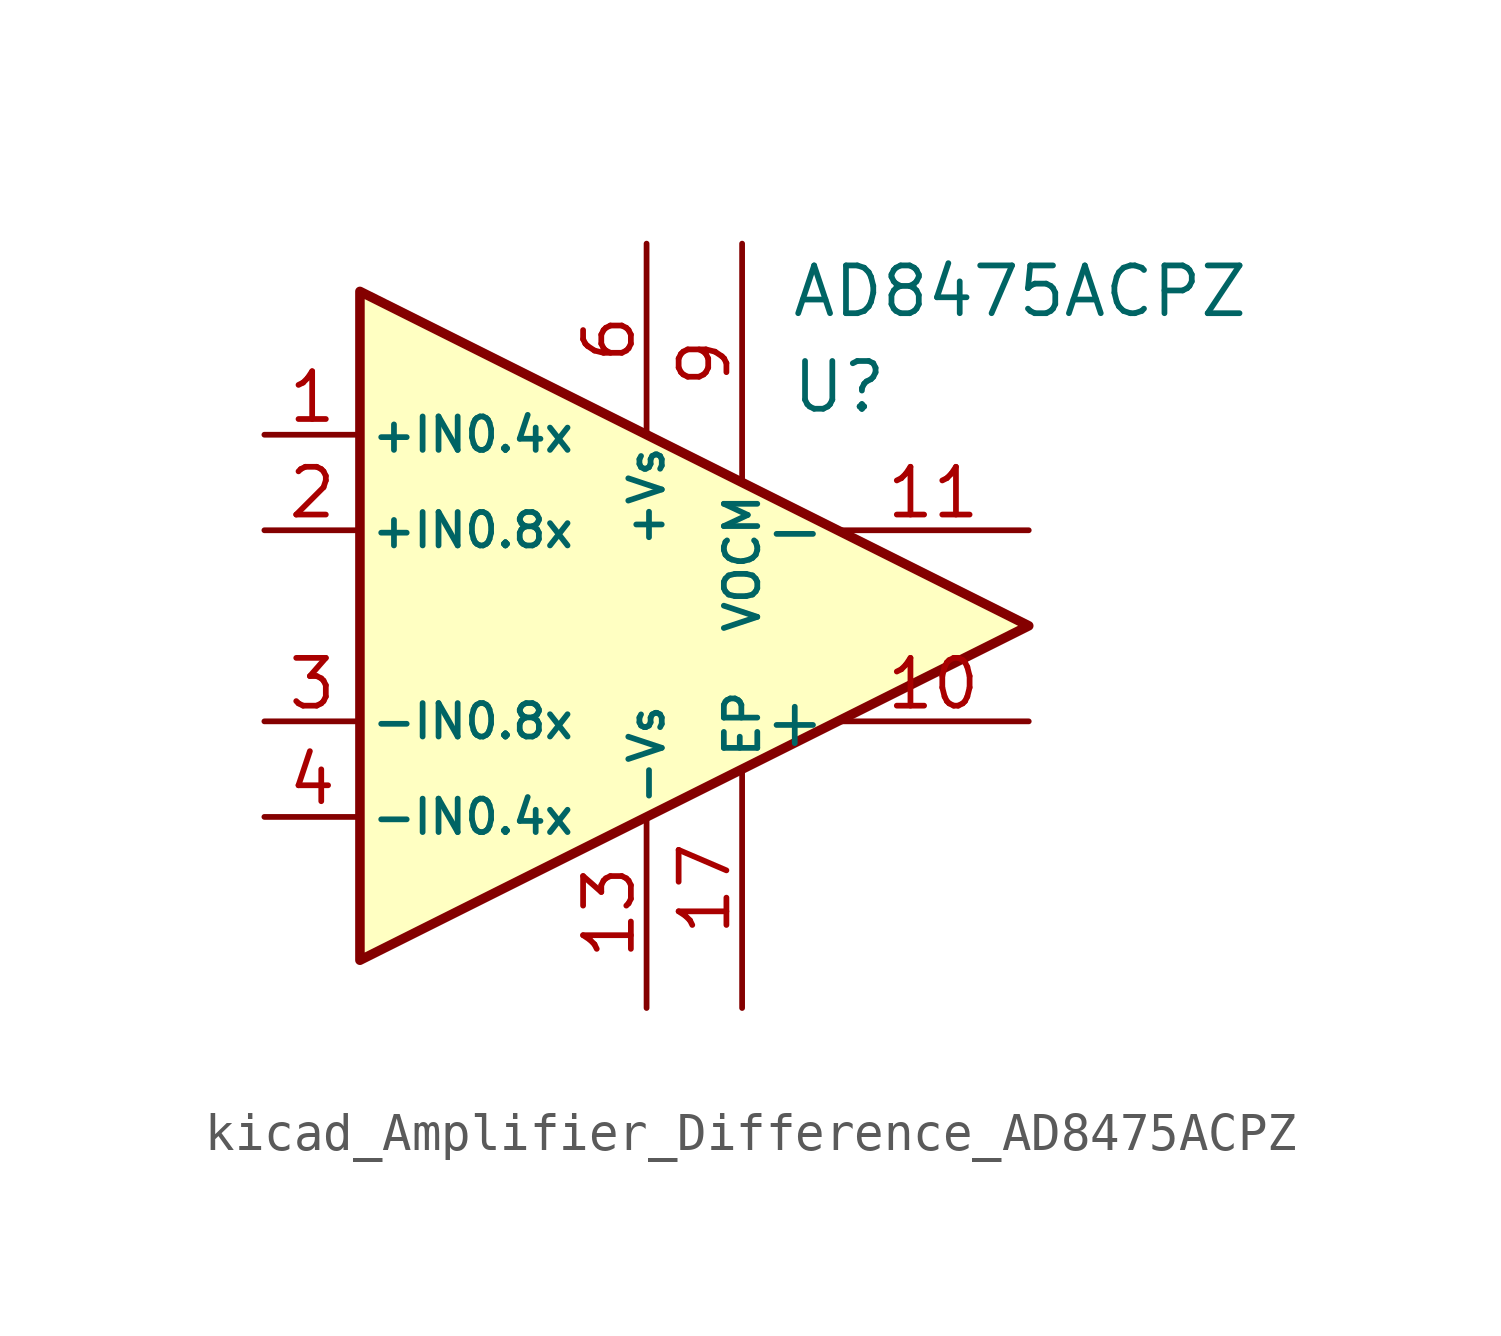
<source format=kicad_sym>
(kicad_symbol_lib
  (version 20220914)
  (generator kicad_symbol_editor)
  (symbol "kicad_Amplifier_Difference_AD8475ACPZ"
    (pin_names
      (offset 0.254))
    (property "Reference" "U"
      (at 3.81 6.35 0)
      (effects (font (size 1.27 1.27)) (justify left)))
    (property "Value" "AD8475ACPZ"
      (at 3.81 8.89 0)
      (effects (font (size 1.27 1.27)) (justify left)))
    (symbol "kicad_Amplifier_Difference_AD8475ACPZ_0_1"
      (polyline (pts (xy -7.62 8.89) (xy -7.62 -8.89) (xy 10.16 0) (xy -7.62 8.89)) (stroke (width 0.254) (type default)) (fill (type background))))
    (symbol "kicad_Amplifier_Difference_AD8475ACPZ_1_1"
      (pin input line (at -10.16 5.08 0) (length 2.54) (name "+IN0.4x" (effects (font (size 0.889 0.889)))) (number "1" (effects (font (size 1.27 1.27)))))
      (pin output line (at 10.16 -2.54 180) (length 5.08) (name "+" (effects (font (size 1.27 1.27)))) (number "10" (effects (font (size 1.27 1.27)))))
      (pin output line (at 10.16 2.54 180) (length 5.08) (name "-" (effects (font (size 1.27 1.27)))) (number "11" (effects (font (size 1.27 1.27)))))
      (pin no_connect line (at -7.62 -7.62 0) (length 2.54) hide (name "NC" (effects (font (size 1.27 1.27)))) (number "12" (effects (font (size 1.27 1.27)))))
      (pin power_in line (at 0 -10.16 90) (length 5.08) (name "-Vs" (effects (font (size 0.889 0.889)))) (number "13" (effects (font (size 1.27 1.27)))))
      (pin passive line (at 0 -10.16 90) (length 5.08) hide (name "-Vs" (effects (font (size 0.889 0.889)))) (number "14" (effects (font (size 1.27 1.27)))))
      (pin passive line (at 0 -10.16 90) (length 5.08) hide (name "-Vs" (effects (font (size 0.889 0.889)))) (number "15" (effects (font (size 1.27 1.27)))))
      (pin input line (at -10.16 5.08 0) (length 2.54) hide (name "+IN0.4x" (effects (font (size 0.889 0.889)))) (number "16" (effects (font (size 1.27 1.27)))))
      (pin passive line (at 2.54 -10.16 90) (length 6.35) (name "EP" (effects (font (size 0.889 0.889)))) (number "17" (effects (font (size 1.27 1.27)))))
      (pin input line (at -10.16 2.54 0) (length 2.54) (name "+IN0.8x" (effects (font (size 0.889 0.889)))) (number "2" (effects (font (size 1.27 1.27)))))
      (pin input line (at -10.16 -2.54 0) (length 2.54) (name "-IN0.8x" (effects (font (size 0.889 0.889)))) (number "3" (effects (font (size 1.27 1.27)))))
      (pin input line (at -10.16 -5.08 0) (length 2.54) (name "-IN0.4x" (effects (font (size 0.889 0.889)))) (number "4" (effects (font (size 1.27 1.27)))))
      (pin input line (at -10.16 -5.08 0) (length 2.54) hide (name "-IN0.4x" (effects (font (size 0.889 0.889)))) (number "5" (effects (font (size 1.27 1.27)))))
      (pin power_in line (at 0 10.16 270) (length 5.08) (name "+Vs" (effects (font (size 0.889 0.889)))) (number "6" (effects (font (size 1.27 1.27)))))
      (pin passive line (at 0 10.16 270) (length 5.08) hide (name "+Vs" (effects (font (size 0.889 0.889)))) (number "7" (effects (font (size 1.27 1.27)))))
      (pin passive line (at 0 10.16 270) (length 5.08) hide (name "+Vs" (effects (font (size 0.889 0.889)))) (number "8" (effects (font (size 1.27 1.27)))))
      (pin power_in line (at 2.54 10.16 270) (length 6.35) (name "VOCM" (effects (font (size 0.889 0.889)))) (number "9" (effects (font (size 1.27 1.27))))))))
</source>
